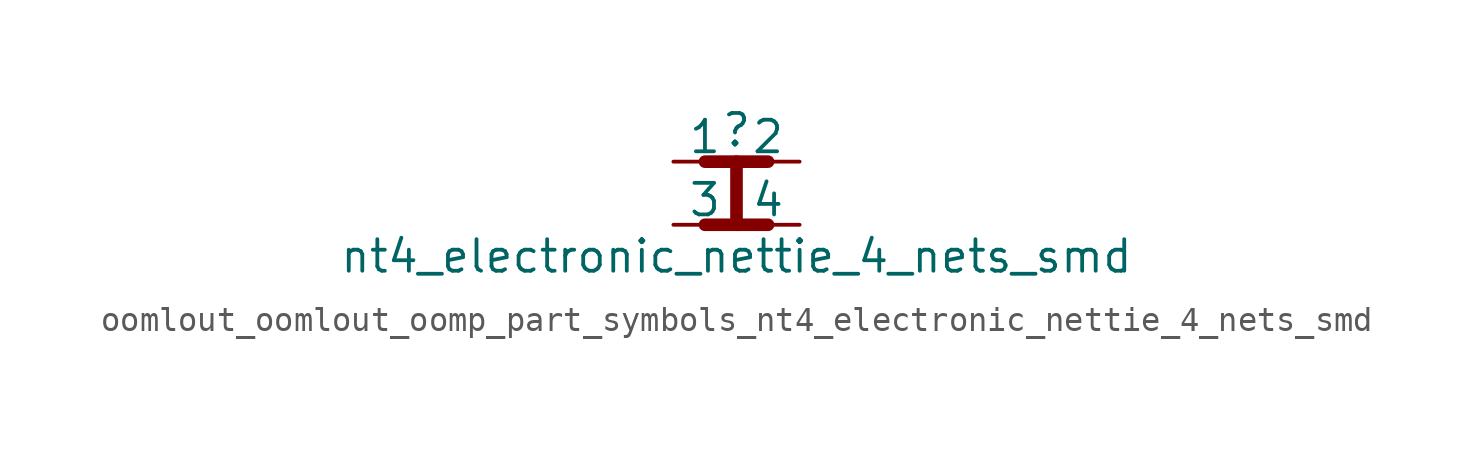
<source format=kicad_sym>
(kicad_symbol_lib
  (version 20220914)
  (generator kicad_symbol_editor)
  (symbol "oomlout_oomlout_oomp_part_symbols_nt4_electronic_nettie_4_nets_smd"
    (pin_numbers hide)
    (pin_names
      (offset 0))
    (property "Reference" ""
      (at 0 1.27 0)
      (effects (font (size 1.27 1.27))))
    (property "Value" "nt4_electronic_nettie_4_nets_smd"
      (at 0 -3.81 0)
      (effects (font (size 1.27 1.27))))
    (symbol "oomlout_oomlout_oomp_part_symbols_nt4_electronic_nettie_4_nets_smd_0_1"
      (polyline (pts (xy -1.27 -2.54) (xy 1.27 -2.54)) (stroke (width 0.508) (type default)) (fill (type none)))
      (polyline (pts (xy -1.27 0) (xy 1.27 0)) (stroke (width 0.508) (type default)) (fill (type none)))
      (polyline (pts (xy 0 -2.54) (xy 0 0)) (stroke (width 0.508) (type default)) (fill (type none))))
    (symbol "oomlout_oomlout_oomp_part_symbols_nt4_electronic_nettie_4_nets_smd_1_1"
      (pin passive line (at -2.54 0 0) (length 2.54) (name "1" (effects (font (size 1.27 1.27)))) (number "1" (effects (font (size 1.27 1.27)))))
      (pin passive line (at 2.54 0 180) (length 2.54) (name "2" (effects (font (size 1.27 1.27)))) (number "2" (effects (font (size 1.27 1.27)))))
      (pin passive line (at -2.54 -2.54 0) (length 2.54) (name "3" (effects (font (size 1.27 1.27)))) (number "3" (effects (font (size 1.27 1.27)))))
      (pin passive line (at 2.54 -2.54 180) (length 2.54) (name "4" (effects (font (size 1.27 1.27)))) (number "4" (effects (font (size 1.27 1.27))))))))
</source>
